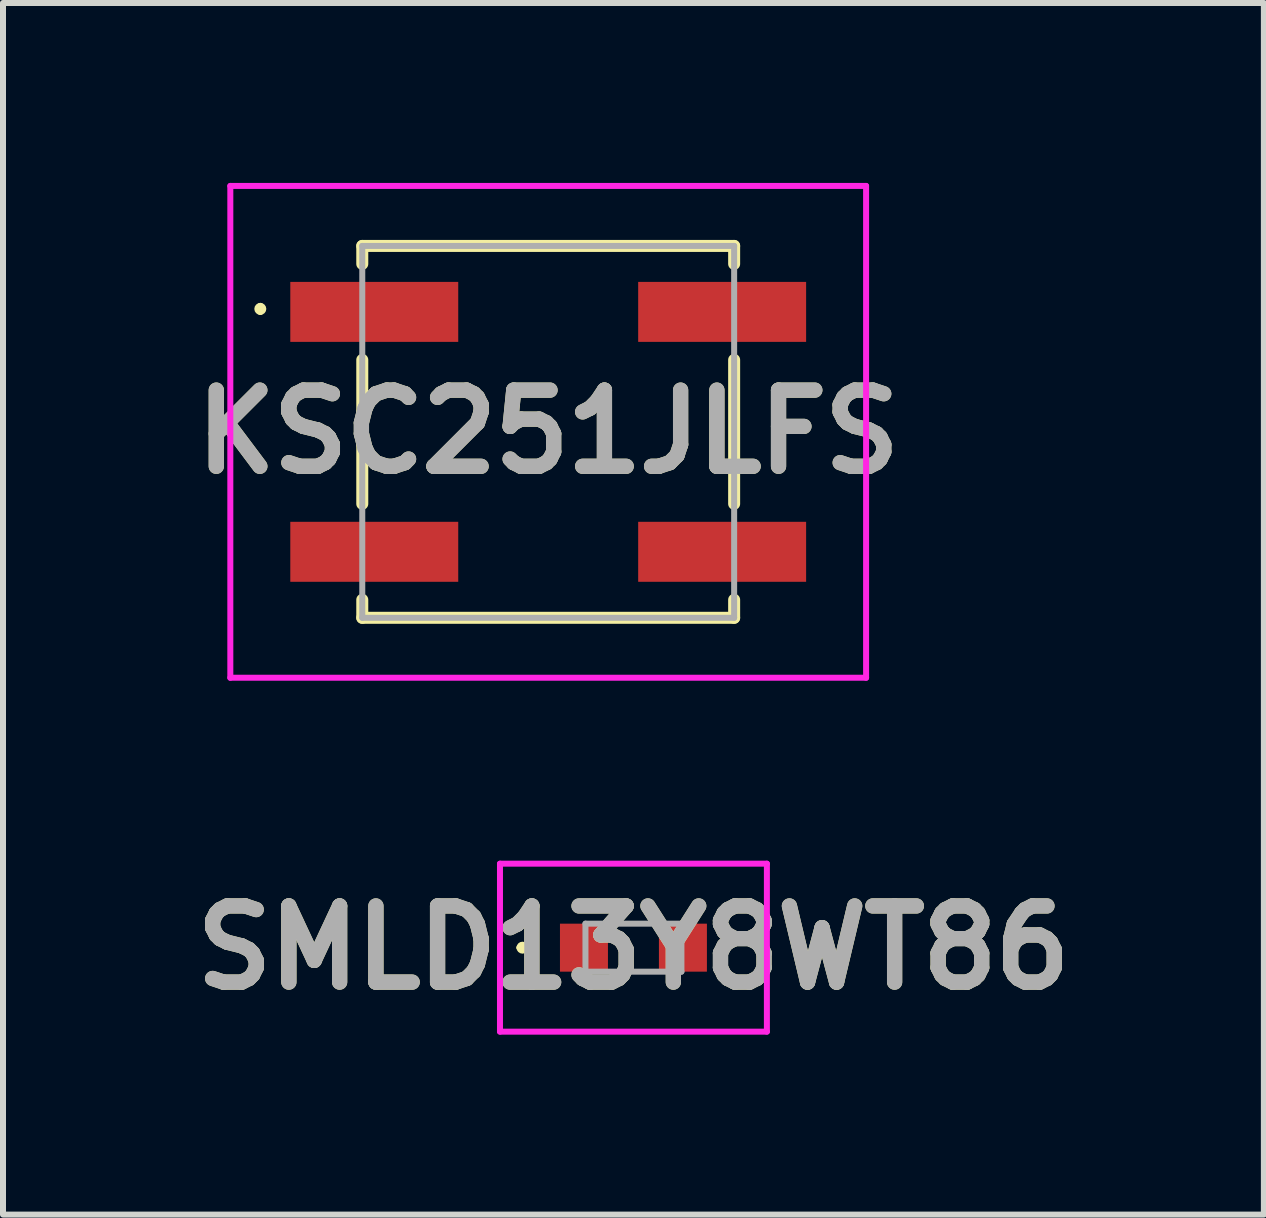
<source format=kicad_pcb>
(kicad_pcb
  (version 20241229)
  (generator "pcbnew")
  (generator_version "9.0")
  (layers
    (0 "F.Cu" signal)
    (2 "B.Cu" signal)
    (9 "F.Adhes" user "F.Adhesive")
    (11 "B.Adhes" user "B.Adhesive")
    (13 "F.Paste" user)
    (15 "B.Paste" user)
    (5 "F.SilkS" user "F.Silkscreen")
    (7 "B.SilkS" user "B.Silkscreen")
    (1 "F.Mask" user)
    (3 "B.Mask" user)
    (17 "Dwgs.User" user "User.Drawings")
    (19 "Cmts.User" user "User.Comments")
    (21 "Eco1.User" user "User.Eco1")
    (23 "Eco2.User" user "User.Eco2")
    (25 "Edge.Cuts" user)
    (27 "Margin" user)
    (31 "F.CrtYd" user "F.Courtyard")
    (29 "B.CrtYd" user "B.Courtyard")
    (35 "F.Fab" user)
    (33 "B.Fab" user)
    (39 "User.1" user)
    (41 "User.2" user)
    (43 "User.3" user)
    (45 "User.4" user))
  (footprint "KSC251JLFS"
    (layer "F.Cu")
    (at 6.09 4.15)
    (property "Reference" "KSC251JLFS" (at 0 0 0) (layer "F.SilkS") (effects (font (size 1.27 1.27) (thickness 0.254))))
    (attr smd)
    (fp_line (start -4.8 -2.1) (end -4.8 -2.1) (stroke (width 0.1) (type solid)) (layer "F.SilkS"))
    (fp_line (start -4.8 -2) (end -4.8 -2) (stroke (width 0.1) (type solid)) (layer "F.SilkS"))
    (fp_line (start -3.1 -3.1) (end 3.1 -3.1) (stroke (width 0.2) (type solid)) (layer "F.SilkS"))
    (fp_line (start -3.1 -2.8) (end -3.1 -3.1) (stroke (width 0.2) (type solid)) (layer "F.SilkS"))
    (fp_line (start -3.1 -1.2) (end -3.1 1.2) (stroke (width 0.2) (type solid)) (layer "F.SilkS"))
    (fp_line (start -3.1 3.1) (end -3.1 2.8) (stroke (width 0.2) (type solid)) (layer "F.SilkS"))
    (fp_line (start 3.1 -3.1) (end 3.1 -2.8) (stroke (width 0.2) (type solid)) (layer "F.SilkS"))
    (fp_line (start 3.1 -1.2) (end 3.1 1.2) (stroke (width 0.2) (type solid)) (layer "F.SilkS"))
    (fp_line (start 3.1 2.8) (end 3.1 3.1) (stroke (width 0.2) (type solid)) (layer "F.SilkS"))
    (fp_line (start 3.1 3.1) (end -3.1 3.1) (stroke (width 0.2) (type solid)) (layer "F.SilkS"))
    (fp_arc (start -4.8 -2.1) (mid -4.75 -2.05) (end -4.8 -2) (stroke (width 0.1) (type solid)) (layer "F.SilkS"))
    (fp_arc (start -4.8 -2) (mid -4.85 -2.05) (end -4.8 -2.1) (stroke (width 0.1) (type solid)) (layer "F.SilkS"))
    (fp_line (start -5.3 -4.1) (end 5.3 -4.1) (stroke (width 0.1) (type solid)) (layer "F.CrtYd"))
    (fp_line (start -5.3 4.1) (end -5.3 -4.1) (stroke (width 0.1) (type solid)) (layer "F.CrtYd"))
    (fp_line (start 5.3 -4.1) (end 5.3 4.1) (stroke (width 0.1) (type solid)) (layer "F.CrtYd"))
    (fp_line (start 5.3 4.1) (end -5.3 4.1) (stroke (width 0.1) (type solid)) (layer "F.CrtYd"))
    (fp_line (start -3.1 -3.1) (end 3.1 -3.1) (stroke (width 0.1) (type solid)) (layer "F.Fab"))
    (fp_line (start -3.1 3.1) (end -3.1 -3.1) (stroke (width 0.1) (type solid)) (layer "F.Fab"))
    (fp_line (start 3.1 -3.1) (end 3.1 3.1) (stroke (width 0.1) (type solid)) (layer "F.Fab"))
    (fp_line (start 3.1 3.1) (end -3.1 3.1) (stroke (width 0.1) (type solid)) (layer "F.Fab"))
    (fp_text user "${REFERENCE}" (at 0 0 0) (layer "F.Fab") (effects (font (size 1.27 1.27) (thickness 0.254))))
    (pad "1" smd rect (at -2.9 -2 90) (size 1 2.8) (layers "F.Cu" "F.Mask" "F.Paste"))
    (pad "2" smd rect (at 2.9 -2 90) (size 1 2.8) (layers "F.Cu" "F.Mask" "F.Paste"))
    (pad "3" smd rect (at -2.9 2 90) (size 1 2.8) (layers "F.Cu" "F.Mask" "F.Paste"))
    (pad "4" smd rect (at 2.9 2 90) (size 1 2.8) (layers "F.Cu" "F.Mask" "F.Paste")))
  (footprint "SMLD13Y8WT86"
    (layer "F.Cu")
    (at 7.511 12.75)
    (property "Reference" "SMLD13Y8WT86" (at 0 0 0) (layer "F.SilkS") (effects (font (size 1.27 1.27) (thickness 0.254))))
    (attr smd)
    (fp_line (start -1.9 0) (end -1.9 0) (stroke (width 0.1) (type solid)) (layer "F.SilkS"))
    (fp_line (start -1.8 0) (end -1.8 0) (stroke (width 0.1) (type solid)) (layer "F.SilkS"))
    (fp_arc (start -1.9 0) (mid -1.85 -0.05) (end -1.8 0) (stroke (width 0.1) (type solid)) (layer "F.SilkS"))
    (fp_arc (start -1.8 0) (mid -1.85 0.05) (end -1.9 0) (stroke (width 0.1) (type solid)) (layer "F.SilkS"))
    (fp_line (start -2.225 -1.4) (end 2.225 -1.4) (stroke (width 0.1) (type solid)) (layer "F.CrtYd"))
    (fp_line (start -2.225 1.4) (end -2.225 -1.4) (stroke (width 0.1) (type solid)) (layer "F.CrtYd"))
    (fp_line (start 2.225 -1.4) (end 2.225 1.4) (stroke (width 0.1) (type solid)) (layer "F.CrtYd"))
    (fp_line (start 2.225 1.4) (end -2.225 1.4) (stroke (width 0.1) (type solid)) (layer "F.CrtYd"))
    (fp_line (start -0.8 -0.4) (end -0.8 0.4) (stroke (width 0.1) (type solid)) (layer "F.Fab"))
    (fp_line (start -0.8 0.4) (end 0.8 0.4) (stroke (width 0.1) (type solid)) (layer "F.Fab"))
    (fp_line (start 0.8 -0.4) (end -0.8 -0.4) (stroke (width 0.1) (type solid)) (layer "F.Fab"))
    (fp_line (start 0.8 0.4) (end 0.8 -0.4) (stroke (width 0.1) (type solid)) (layer "F.Fab"))
    (fp_text user "${REFERENCE}" (at 0 0 0) (layer "F.Fab") (effects (font (size 1.27 1.27) (thickness 0.254))))
    (pad "1" smd rect (at -0.825 0 90) (size 0.8 0.8) (layers "F.Cu" "F.Mask" "F.Paste"))
    (pad "2" smd rect (at 0.825 0 90) (size 0.8 0.8) (layers "F.Cu" "F.Mask" "F.Paste")))
  (gr_rect
    (start -3 -3)
    (end 18.022 17.2)
    (stroke (width 0.1) (type default))
    (fill no)
    (layer "Edge.Cuts")))
</source>
